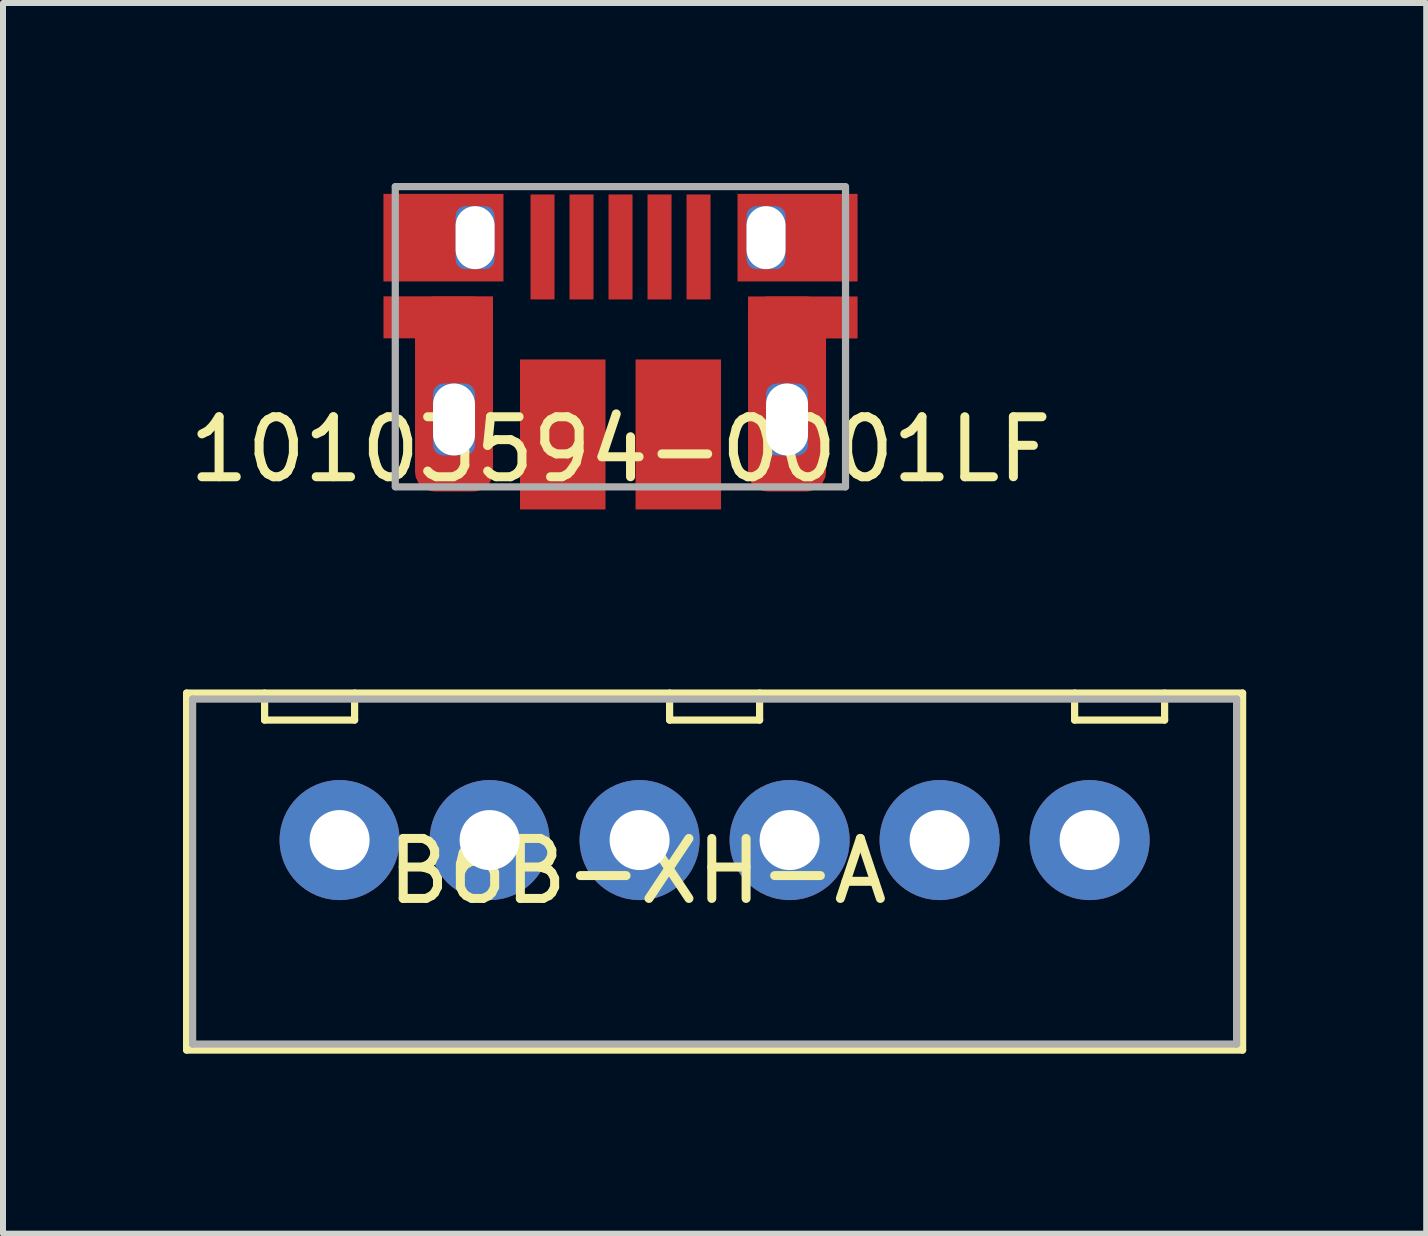
<source format=kicad_pcb>
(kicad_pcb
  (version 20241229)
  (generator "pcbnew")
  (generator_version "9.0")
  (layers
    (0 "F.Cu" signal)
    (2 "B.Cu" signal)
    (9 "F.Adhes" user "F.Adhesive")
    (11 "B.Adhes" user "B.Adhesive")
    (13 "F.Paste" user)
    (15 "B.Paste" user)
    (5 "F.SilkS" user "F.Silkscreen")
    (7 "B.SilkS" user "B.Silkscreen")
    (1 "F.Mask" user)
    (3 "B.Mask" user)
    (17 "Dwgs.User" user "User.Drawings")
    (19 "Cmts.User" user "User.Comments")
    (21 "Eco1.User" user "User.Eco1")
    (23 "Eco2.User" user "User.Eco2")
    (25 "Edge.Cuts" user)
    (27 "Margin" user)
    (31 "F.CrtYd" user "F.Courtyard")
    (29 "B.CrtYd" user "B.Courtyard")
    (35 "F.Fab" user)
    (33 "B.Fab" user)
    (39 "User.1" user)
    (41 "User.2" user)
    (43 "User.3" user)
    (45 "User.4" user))
  (footprint "B6B-XH-A"
    (layer "F.Cu")
    (at 8.86 10.951)
    (property "Reference" "B6B-XH-A" (at -1.285 0.518 0) (layer "F.SilkS") (effects (font (size 1 1) (thickness 0.15))))
    (attr through_hole)
    (fp_line (start -8.8 -2.45) (end -8.8 3.5) (stroke (width 0.12) (type solid)) (layer "F.SilkS"))
    (fp_line (start -8.8 3.5) (end 8.8 3.5) (stroke (width 0.12) (type solid)) (layer "F.SilkS"))
    (fp_line (start -7.5 -2.45) (end -7.5 -2) (stroke (width 0.12) (type solid)) (layer "F.SilkS"))
    (fp_line (start -7.5 -2) (end -6 -2) (stroke (width 0.12) (type solid)) (layer "F.SilkS"))
    (fp_line (start -6 -2) (end -6 -2.45) (stroke (width 0.12) (type solid)) (layer "F.SilkS"))
    (fp_line (start -0.75 -2.45) (end -0.75 -2) (stroke (width 0.12) (type solid)) (layer "F.SilkS"))
    (fp_line (start -0.75 -2) (end 0.75 -2) (stroke (width 0.12) (type solid)) (layer "F.SilkS"))
    (fp_line (start 0.75 -2) (end 0.75 -2.45) (stroke (width 0.12) (type solid)) (layer "F.SilkS"))
    (fp_line (start 6 -2.45) (end 6 -2) (stroke (width 0.12) (type solid)) (layer "F.SilkS"))
    (fp_line (start 6 -2) (end 7.5 -2) (stroke (width 0.12) (type solid)) (layer "F.SilkS"))
    (fp_line (start 7.5 -2) (end 7.5 -2.45) (stroke (width 0.12) (type solid)) (layer "F.SilkS"))
    (fp_line (start 8.8 -2.45) (end -8.8 -2.45) (stroke (width 0.12) (type solid)) (layer "F.SilkS"))
    (fp_line (start 8.8 3.5) (end 8.8 -2.45) (stroke (width 0.12) (type solid)) (layer "F.SilkS"))
    (fp_line (start -8.7 -2.35) (end -8.7 3.4) (stroke (width 0.12) (type solid)) (layer "F.Fab"))
    (fp_line (start -8.7 -2.35) (end 8.7 -2.35) (stroke (width 0.12) (type solid)) (layer "F.Fab"))
    (fp_line (start -8.7 3.4) (end 8.7 3.4) (stroke (width 0.12) (type solid)) (layer "F.Fab"))
    (fp_line (start 8.7 -2.35) (end 8.7 3.4) (stroke (width 0.12) (type solid)) (layer "F.Fab"))
    (pad "1" thru_hole circle (at -6.25 0) (size 2 2) (drill 1) (layers "*.Cu" "*.Mask"))
    (pad "2" thru_hole circle (at -3.75 0) (size 2 2) (drill 1) (layers "*.Cu" "*.Mask"))
    (pad "3" thru_hole circle (at -1.25 0) (size 2 2) (drill 1) (layers "*.Cu" "*.Mask"))
    (pad "4" thru_hole circle (at 1.25 0) (size 2 2) (drill 1) (layers "*.Cu" "*.Mask"))
    (pad "5" thru_hole circle (at 3.75 0) (size 2 2) (drill 1) (layers "*.Cu" "*.Mask"))
    (pad "6" thru_hole circle (at 6.25 0) (size 2 2) (drill 1) (layers "*.Cu" "*.Mask")))
  (footprint "10103594-0001LF"
    (layer "F.Cu")
    (at 7.292 3.941)
    (property "Reference" "10103594-0001LF" (at 0 0.5 0) (layer "F.SilkS") (effects (font (size 1 1) (thickness 0.15))))
    (attr through_hole)
    (fp_line (start -3.754 -3.879) (end -3.754 1.121) (stroke (width 0.12) (type solid)) (layer "F.Fab"))
    (fp_line (start -3.753 -3.881) (end 3.747 -3.881) (stroke (width 0.12) (type solid)) (layer "F.Fab"))
    (fp_line (start -3.752 1.123) (end 3.748 1.123) (stroke (width 0.12) (type solid)) (layer "F.Fab"))
    (fp_line (start 3.75 -3.877) (end 3.75 1.123) (stroke (width 0.12) (type solid)) (layer "F.Fab"))
    (pad "0" thru_hole roundrect (at -2.775 0) (size 0.7 1.2) (drill oval 0.7 1.2) (layers "*.Cu" "*.Mask") (roundrect_rratio 0.25))
    (pad "0" thru_hole roundrect (at -2.424 -3.03 180) (size 0.65 1.05) (drill oval 0.65 1.05) (layers "*.Cu" "*.Mask") (roundrect_rratio 0.25))
    (pad "0" thru_hole roundrect (at 2.425 -3.03 180) (size 0.65 1.05) (drill oval 0.65 1.05) (layers "*.Cu" "*.Mask") (roundrect_rratio 0.25))
    (pad "0" thru_hole roundrect (at 2.775 0) (size 0.7 1.2) (drill oval 0.7 1.2) (layers "*.Cu" "*.Mask") (roundrect_rratio 0.25))
    (pad "1" smd rect (at -1.3 -2.875) (size 0.4 1.75) (layers "F.Cu" "F.Mask" "F.Paste"))
    (pad "2" smd rect (at -0.65 -2.875) (size 0.4 1.75) (layers "F.Cu" "F.Mask" "F.Paste"))
    (pad "3" smd rect (at 0 -2.875) (size 0.4 1.75) (layers "F.Cu" "F.Mask" "F.Paste"))
    (pad "4" smd rect (at 0.65 -2.875) (size 0.4 1.75) (layers "F.Cu" "F.Mask" "F.Paste"))
    (pad "5" smd rect (at 1.3 -2.875) (size 0.4 1.75) (layers "F.Cu" "F.Mask" "F.Paste"))
    (pad "6" smd rect (at -3.038 -1.702) (size 1.825 0.7) (layers "F.Cu" "F.Mask" "F.Paste"))
    (pad "6" smd rect (at -2.951 -3.03) (size 2 1.46) (layers "F.Cu" "F.Mask" "F.Paste"))
    (pad "6" smd roundrect (at -2.775 -0.425) (size 1.3 3.25) (layers "F.Cu" "F.Mask" "F.Paste") (roundrect_rratio 0.25))
    (pad "6" smd rect (at -0.963 0.25) (size 1.425 2.5) (layers "F.Cu" "F.Mask" "F.Paste"))
    (pad "6" smd rect (at 0.963 0.25) (size 1.425 2.5) (layers "F.Cu" "F.Mask" "F.Paste"))
    (pad "6" smd roundrect (at 2.775 -0.425) (size 1.3 3.25) (layers "F.Cu" "F.Mask" "F.Paste") (roundrect_rratio 0.25))
    (pad "6" smd rect (at 2.95 -3.03) (size 2 1.46) (layers "F.Cu" "F.Mask" "F.Paste"))
    (pad "6" smd rect (at 3.038 -1.7) (size 1.825 0.7) (layers "F.Cu" "F.Mask" "F.Paste")))
  (gr_rect
    (start -3 -3)
    (end 20.72 17.511)
    (stroke (width 0.1) (type default))
    (fill no)
    (layer "Edge.Cuts")))
</source>
